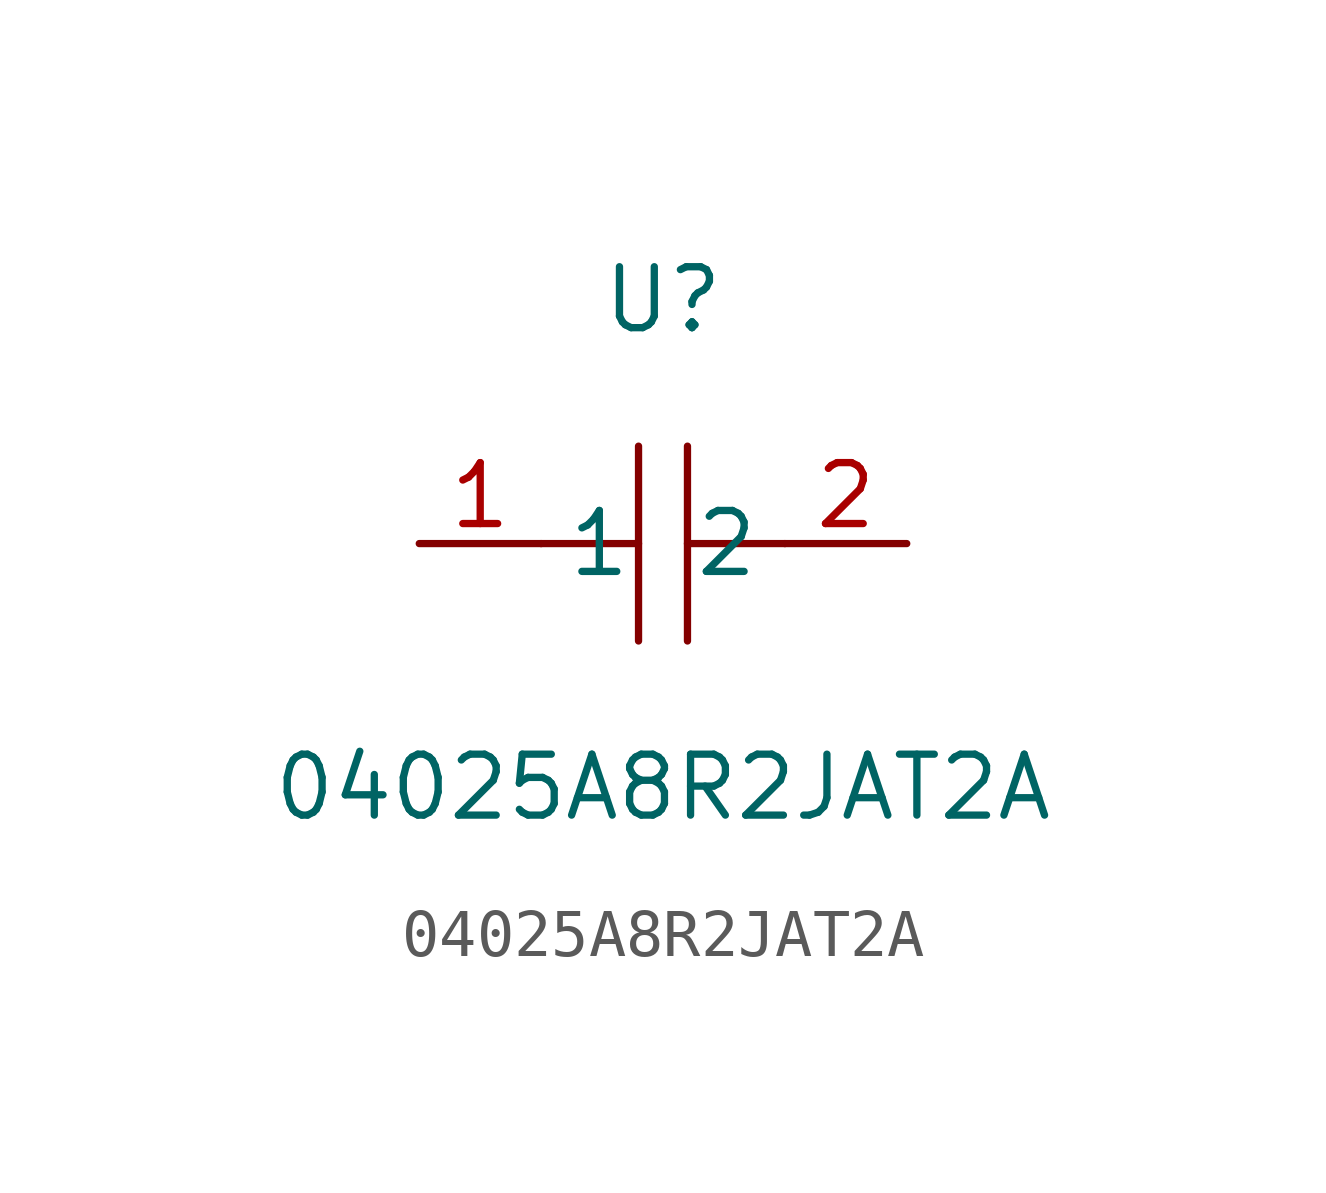
<source format=kicad_sym>
(kicad_symbol_lib
  (version 1)
  (generator "faebryk")
  (symbol "04025A8R2JAT2A"
    (property "Reference" "U"
      (at 0 5.08 0)
      (effects (font (size 1.27 1.27)) (hide no)))
    (property "Value" "04025A8R2JAT2A"
      (at 0 -5.08 0)
      (effects (font (size 1.27 1.27)) (hide no)))
    (symbol "04025A8R2JAT2A_0_1"
      (polyline (stroke (width 0) (type default) (color 0 0 0 0)) (fill (type none)) (pts (xy -0.51 -2.03) (xy -0.51 2.03)))
      (polyline (stroke (width 0) (type default) (color 0 0 0 0)) (fill (type none)) (pts (xy 2.54 0) (xy 0.51 0)))
      (polyline (stroke (width 0) (type default) (color 0 0 0 0)) (fill (type none)) (pts (xy 0.51 2.03) (xy 0.51 -2.03)))
      (polyline (stroke (width 0) (type default) (color 0 0 0 0)) (fill (type none)) (pts (xy -0.51 0) (xy -2.54 0)))
      (pin unspecified line (at -5.08 0 0) (length 2.54) (name "1" (effects (font (size 1.27 1.27)) (hide no))) (number "1" (effects (font (size 1.27 1.27)) (hide no))))
      (pin unspecified line (at 5.08 0 180) (length 2.54) (name "2" (effects (font (size 1.27 1.27)) (hide no))) (number "2" (effects (font (size 1.27 1.27)) (hide no)))))))
</source>
